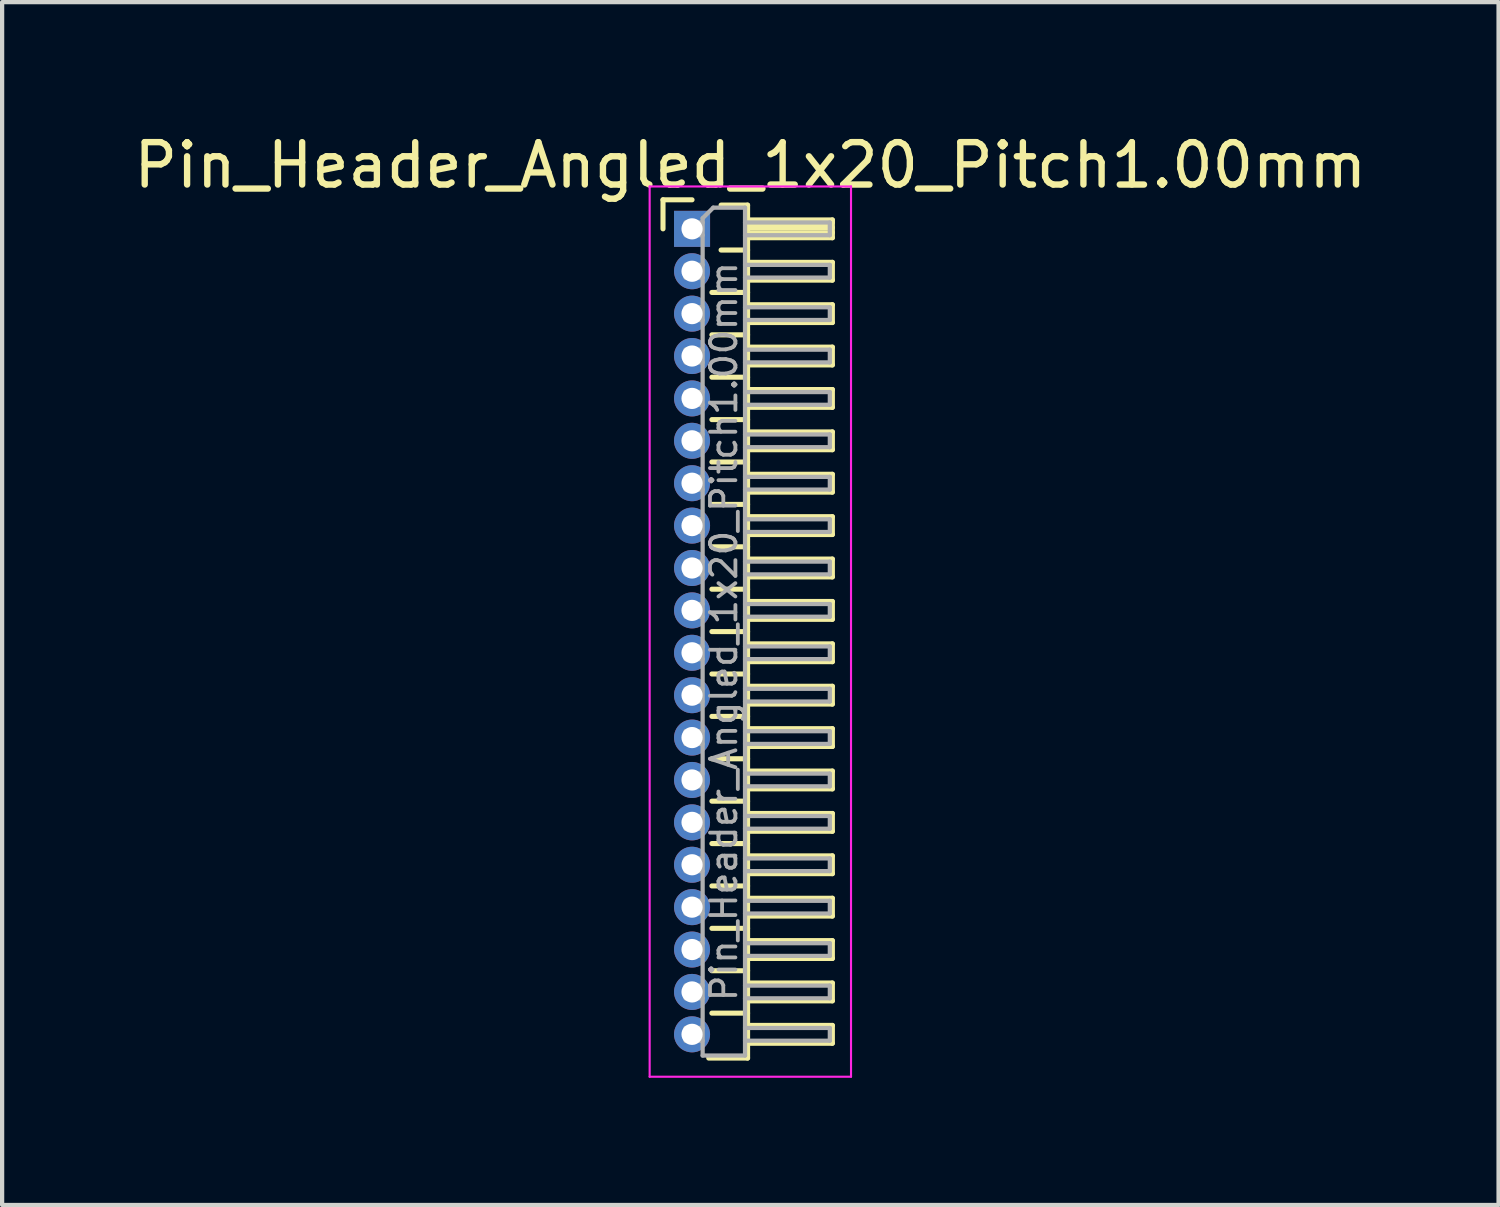
<source format=kicad_pcb>
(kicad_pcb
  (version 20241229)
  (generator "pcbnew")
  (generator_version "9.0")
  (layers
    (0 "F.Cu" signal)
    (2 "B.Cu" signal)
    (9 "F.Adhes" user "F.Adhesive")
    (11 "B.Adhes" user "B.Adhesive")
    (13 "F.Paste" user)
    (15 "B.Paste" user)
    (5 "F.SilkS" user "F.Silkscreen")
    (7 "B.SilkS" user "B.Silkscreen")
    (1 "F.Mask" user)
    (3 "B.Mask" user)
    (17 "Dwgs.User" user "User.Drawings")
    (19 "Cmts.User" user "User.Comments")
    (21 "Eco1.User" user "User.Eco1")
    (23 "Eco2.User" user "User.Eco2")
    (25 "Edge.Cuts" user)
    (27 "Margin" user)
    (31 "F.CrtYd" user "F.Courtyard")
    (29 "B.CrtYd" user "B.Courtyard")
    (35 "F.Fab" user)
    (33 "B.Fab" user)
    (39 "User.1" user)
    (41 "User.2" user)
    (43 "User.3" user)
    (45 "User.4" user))
  (footprint "Pin_Header_Angled_1x20_Pitch1.00mm"
    (layer "F.Cu")
    (at 13.274 2.348)
    (property "Reference" "Pin_Header_Angled_1x20_Pitch1.00mm" (at 1.375 -1.5 0) (layer "F.SilkS") (effects (font (size 1 1) (thickness 0.15))))
    (attr through_hole)
    (fp_line (start -0.685 -0.685) (end 0 -0.685) (stroke (width 0.12) (type solid)) (layer "F.SilkS"))
    (fp_line (start -0.685 0) (end -0.685 -0.685) (stroke (width 0.12) (type solid)) (layer "F.SilkS"))
    (fp_line (start 0.468 1.5) (end 1.31 1.5) (stroke (width 0.12) (type solid)) (layer "F.SilkS"))
    (fp_line (start 0.468 2.5) (end 1.31 2.5) (stroke (width 0.12) (type solid)) (layer "F.SilkS"))
    (fp_line (start 0.468 3.5) (end 1.31 3.5) (stroke (width 0.12) (type solid)) (layer "F.SilkS"))
    (fp_line (start 0.468 4.5) (end 1.31 4.5) (stroke (width 0.12) (type solid)) (layer "F.SilkS"))
    (fp_line (start 0.468 5.5) (end 1.31 5.5) (stroke (width 0.12) (type solid)) (layer "F.SilkS"))
    (fp_line (start 0.468 6.5) (end 1.31 6.5) (stroke (width 0.12) (type solid)) (layer "F.SilkS"))
    (fp_line (start 0.468 7.5) (end 1.31 7.5) (stroke (width 0.12) (type solid)) (layer "F.SilkS"))
    (fp_line (start 0.468 8.5) (end 1.31 8.5) (stroke (width 0.12) (type solid)) (layer "F.SilkS"))
    (fp_line (start 0.468 9.5) (end 1.31 9.5) (stroke (width 0.12) (type solid)) (layer "F.SilkS"))
    (fp_line (start 0.468 10.5) (end 1.31 10.5) (stroke (width 0.12) (type solid)) (layer "F.SilkS"))
    (fp_line (start 0.468 11.5) (end 1.31 11.5) (stroke (width 0.12) (type solid)) (layer "F.SilkS"))
    (fp_line (start 0.468 12.5) (end 1.31 12.5) (stroke (width 0.12) (type solid)) (layer "F.SilkS"))
    (fp_line (start 0.468 13.5) (end 1.31 13.5) (stroke (width 0.12) (type solid)) (layer "F.SilkS"))
    (fp_line (start 0.468 14.5) (end 1.31 14.5) (stroke (width 0.12) (type solid)) (layer "F.SilkS"))
    (fp_line (start 0.468 15.5) (end 1.31 15.5) (stroke (width 0.12) (type solid)) (layer "F.SilkS"))
    (fp_line (start 0.468 16.5) (end 1.31 16.5) (stroke (width 0.12) (type solid)) (layer "F.SilkS"))
    (fp_line (start 0.468 17.5) (end 1.31 17.5) (stroke (width 0.12) (type solid)) (layer "F.SilkS"))
    (fp_line (start 0.468 18.5) (end 1.31 18.5) (stroke (width 0.12) (type solid)) (layer "F.SilkS"))
    (fp_line (start 0.685 -0.56) (end 1.31 -0.56) (stroke (width 0.12) (type solid)) (layer "F.SilkS"))
    (fp_line (start 0.685 0.5) (end 1.31 0.5) (stroke (width 0.12) (type solid)) (layer "F.SilkS"))
    (fp_line (start 1.31 -0.56) (end 1.31 19.56) (stroke (width 0.12) (type solid)) (layer "F.SilkS"))
    (fp_line (start 1.31 -0.21) (end 3.31 -0.21) (stroke (width 0.12) (type solid)) (layer "F.SilkS"))
    (fp_line (start 1.31 -0.15) (end 3.31 -0.15) (stroke (width 0.12) (type solid)) (layer "F.SilkS"))
    (fp_line (start 1.31 -0.03) (end 3.31 -0.03) (stroke (width 0.12) (type solid)) (layer "F.SilkS"))
    (fp_line (start 1.31 0.09) (end 3.31 0.09) (stroke (width 0.12) (type solid)) (layer "F.SilkS"))
    (fp_line (start 1.31 0.79) (end 3.31 0.79) (stroke (width 0.12) (type solid)) (layer "F.SilkS"))
    (fp_line (start 1.31 1.79) (end 3.31 1.79) (stroke (width 0.12) (type solid)) (layer "F.SilkS"))
    (fp_line (start 1.31 2.79) (end 3.31 2.79) (stroke (width 0.12) (type solid)) (layer "F.SilkS"))
    (fp_line (start 1.31 3.79) (end 3.31 3.79) (stroke (width 0.12) (type solid)) (layer "F.SilkS"))
    (fp_line (start 1.31 4.79) (end 3.31 4.79) (stroke (width 0.12) (type solid)) (layer "F.SilkS"))
    (fp_line (start 1.31 5.79) (end 3.31 5.79) (stroke (width 0.12) (type solid)) (layer "F.SilkS"))
    (fp_line (start 1.31 6.79) (end 3.31 6.79) (stroke (width 0.12) (type solid)) (layer "F.SilkS"))
    (fp_line (start 1.31 7.79) (end 3.31 7.79) (stroke (width 0.12) (type solid)) (layer "F.SilkS"))
    (fp_line (start 1.31 8.79) (end 3.31 8.79) (stroke (width 0.12) (type solid)) (layer "F.SilkS"))
    (fp_line (start 1.31 9.79) (end 3.31 9.79) (stroke (width 0.12) (type solid)) (layer "F.SilkS"))
    (fp_line (start 1.31 10.79) (end 3.31 10.79) (stroke (width 0.12) (type solid)) (layer "F.SilkS"))
    (fp_line (start 1.31 11.79) (end 3.31 11.79) (stroke (width 0.12) (type solid)) (layer "F.SilkS"))
    (fp_line (start 1.31 12.79) (end 3.31 12.79) (stroke (width 0.12) (type solid)) (layer "F.SilkS"))
    (fp_line (start 1.31 13.79) (end 3.31 13.79) (stroke (width 0.12) (type solid)) (layer "F.SilkS"))
    (fp_line (start 1.31 14.79) (end 3.31 14.79) (stroke (width 0.12) (type solid)) (layer "F.SilkS"))
    (fp_line (start 1.31 15.79) (end 3.31 15.79) (stroke (width 0.12) (type solid)) (layer "F.SilkS"))
    (fp_line (start 1.31 16.79) (end 3.31 16.79) (stroke (width 0.12) (type solid)) (layer "F.SilkS"))
    (fp_line (start 1.31 17.79) (end 3.31 17.79) (stroke (width 0.12) (type solid)) (layer "F.SilkS"))
    (fp_line (start 1.31 18.79) (end 3.31 18.79) (stroke (width 0.12) (type solid)) (layer "F.SilkS"))
    (fp_line (start 1.31 19.56) (end 0.394 19.56) (stroke (width 0.12) (type solid)) (layer "F.SilkS"))
    (fp_line (start 3.31 -0.21) (end 3.31 0.21) (stroke (width 0.12) (type solid)) (layer "F.SilkS"))
    (fp_line (start 3.31 0.21) (end 1.31 0.21) (stroke (width 0.12) (type solid)) (layer "F.SilkS"))
    (fp_line (start 3.31 0.79) (end 3.31 1.21) (stroke (width 0.12) (type solid)) (layer "F.SilkS"))
    (fp_line (start 3.31 1.21) (end 1.31 1.21) (stroke (width 0.12) (type solid)) (layer "F.SilkS"))
    (fp_line (start 3.31 1.79) (end 3.31 2.21) (stroke (width 0.12) (type solid)) (layer "F.SilkS"))
    (fp_line (start 3.31 2.21) (end 1.31 2.21) (stroke (width 0.12) (type solid)) (layer "F.SilkS"))
    (fp_line (start 3.31 2.79) (end 3.31 3.21) (stroke (width 0.12) (type solid)) (layer "F.SilkS"))
    (fp_line (start 3.31 3.21) (end 1.31 3.21) (stroke (width 0.12) (type solid)) (layer "F.SilkS"))
    (fp_line (start 3.31 3.79) (end 3.31 4.21) (stroke (width 0.12) (type solid)) (layer "F.SilkS"))
    (fp_line (start 3.31 4.21) (end 1.31 4.21) (stroke (width 0.12) (type solid)) (layer "F.SilkS"))
    (fp_line (start 3.31 4.79) (end 3.31 5.21) (stroke (width 0.12) (type solid)) (layer "F.SilkS"))
    (fp_line (start 3.31 5.21) (end 1.31 5.21) (stroke (width 0.12) (type solid)) (layer "F.SilkS"))
    (fp_line (start 3.31 5.79) (end 3.31 6.21) (stroke (width 0.12) (type solid)) (layer "F.SilkS"))
    (fp_line (start 3.31 6.21) (end 1.31 6.21) (stroke (width 0.12) (type solid)) (layer "F.SilkS"))
    (fp_line (start 3.31 6.79) (end 3.31 7.21) (stroke (width 0.12) (type solid)) (layer "F.SilkS"))
    (fp_line (start 3.31 7.21) (end 1.31 7.21) (stroke (width 0.12) (type solid)) (layer "F.SilkS"))
    (fp_line (start 3.31 7.79) (end 3.31 8.21) (stroke (width 0.12) (type solid)) (layer "F.SilkS"))
    (fp_line (start 3.31 8.21) (end 1.31 8.21) (stroke (width 0.12) (type solid)) (layer "F.SilkS"))
    (fp_line (start 3.31 8.79) (end 3.31 9.21) (stroke (width 0.12) (type solid)) (layer "F.SilkS"))
    (fp_line (start 3.31 9.21) (end 1.31 9.21) (stroke (width 0.12) (type solid)) (layer "F.SilkS"))
    (fp_line (start 3.31 9.79) (end 3.31 10.21) (stroke (width 0.12) (type solid)) (layer "F.SilkS"))
    (fp_line (start 3.31 10.21) (end 1.31 10.21) (stroke (width 0.12) (type solid)) (layer "F.SilkS"))
    (fp_line (start 3.31 10.79) (end 3.31 11.21) (stroke (width 0.12) (type solid)) (layer "F.SilkS"))
    (fp_line (start 3.31 11.21) (end 1.31 11.21) (stroke (width 0.12) (type solid)) (layer "F.SilkS"))
    (fp_line (start 3.31 11.79) (end 3.31 12.21) (stroke (width 0.12) (type solid)) (layer "F.SilkS"))
    (fp_line (start 3.31 12.21) (end 1.31 12.21) (stroke (width 0.12) (type solid)) (layer "F.SilkS"))
    (fp_line (start 3.31 12.79) (end 3.31 13.21) (stroke (width 0.12) (type solid)) (layer "F.SilkS"))
    (fp_line (start 3.31 13.21) (end 1.31 13.21) (stroke (width 0.12) (type solid)) (layer "F.SilkS"))
    (fp_line (start 3.31 13.79) (end 3.31 14.21) (stroke (width 0.12) (type solid)) (layer "F.SilkS"))
    (fp_line (start 3.31 14.21) (end 1.31 14.21) (stroke (width 0.12) (type solid)) (layer "F.SilkS"))
    (fp_line (start 3.31 14.79) (end 3.31 15.21) (stroke (width 0.12) (type solid)) (layer "F.SilkS"))
    (fp_line (start 3.31 15.21) (end 1.31 15.21) (stroke (width 0.12) (type solid)) (layer "F.SilkS"))
    (fp_line (start 3.31 15.79) (end 3.31 16.21) (stroke (width 0.12) (type solid)) (layer "F.SilkS"))
    (fp_line (start 3.31 16.21) (end 1.31 16.21) (stroke (width 0.12) (type solid)) (layer "F.SilkS"))
    (fp_line (start 3.31 16.79) (end 3.31 17.21) (stroke (width 0.12) (type solid)) (layer "F.SilkS"))
    (fp_line (start 3.31 17.21) (end 1.31 17.21) (stroke (width 0.12) (type solid)) (layer "F.SilkS"))
    (fp_line (start 3.31 17.79) (end 3.31 18.21) (stroke (width 0.12) (type solid)) (layer "F.SilkS"))
    (fp_line (start 3.31 18.21) (end 1.31 18.21) (stroke (width 0.12) (type solid)) (layer "F.SilkS"))
    (fp_line (start 3.31 18.79) (end 3.31 19.21) (stroke (width 0.12) (type solid)) (layer "F.SilkS"))
    (fp_line (start 3.31 19.21) (end 1.31 19.21) (stroke (width 0.12) (type solid)) (layer "F.SilkS"))
    (fp_line (start -1 -1) (end -1 20) (stroke (width 0.05) (type solid)) (layer "F.CrtYd"))
    (fp_line (start -1 20) (end 3.75 20) (stroke (width 0.05) (type solid)) (layer "F.CrtYd"))
    (fp_line (start 3.75 -1) (end -1 -1) (stroke (width 0.05) (type solid)) (layer "F.CrtYd"))
    (fp_line (start 3.75 20) (end 3.75 -1) (stroke (width 0.05) (type solid)) (layer "F.CrtYd"))
    (fp_line (start -0.15 -0.15) (end -0.15 0.15) (stroke (width 0.1) (type solid)) (layer "F.Fab"))
    (fp_line (start -0.15 -0.15) (end 0.25 -0.15) (stroke (width 0.1) (type solid)) (layer "F.Fab"))
    (fp_line (start -0.15 0.15) (end 0.25 0.15) (stroke (width 0.1) (type solid)) (layer "F.Fab"))
    (fp_line (start -0.15 0.85) (end -0.15 1.15) (stroke (width 0.1) (type solid)) (layer "F.Fab"))
    (fp_line (start -0.15 0.85) (end 0.25 0.85) (stroke (width 0.1) (type solid)) (layer "F.Fab"))
    (fp_line (start -0.15 1.15) (end 0.25 1.15) (stroke (width 0.1) (type solid)) (layer "F.Fab"))
    (fp_line (start -0.15 1.85) (end -0.15 2.15) (stroke (width 0.1) (type solid)) (layer "F.Fab"))
    (fp_line (start -0.15 1.85) (end 0.25 1.85) (stroke (width 0.1) (type solid)) (layer "F.Fab"))
    (fp_line (start -0.15 2.15) (end 0.25 2.15) (stroke (width 0.1) (type solid)) (layer "F.Fab"))
    (fp_line (start -0.15 2.85) (end -0.15 3.15) (stroke (width 0.1) (type solid)) (layer "F.Fab"))
    (fp_line (start -0.15 2.85) (end 0.25 2.85) (stroke (width 0.1) (type solid)) (layer "F.Fab"))
    (fp_line (start -0.15 3.15) (end 0.25 3.15) (stroke (width 0.1) (type solid)) (layer "F.Fab"))
    (fp_line (start -0.15 3.85) (end -0.15 4.15) (stroke (width 0.1) (type solid)) (layer "F.Fab"))
    (fp_line (start -0.15 3.85) (end 0.25 3.85) (stroke (width 0.1) (type solid)) (layer "F.Fab"))
    (fp_line (start -0.15 4.15) (end 0.25 4.15) (stroke (width 0.1) (type solid)) (layer "F.Fab"))
    (fp_line (start -0.15 4.85) (end -0.15 5.15) (stroke (width 0.1) (type solid)) (layer "F.Fab"))
    (fp_line (start -0.15 4.85) (end 0.25 4.85) (stroke (width 0.1) (type solid)) (layer "F.Fab"))
    (fp_line (start -0.15 5.15) (end 0.25 5.15) (stroke (width 0.1) (type solid)) (layer "F.Fab"))
    (fp_line (start -0.15 5.85) (end -0.15 6.15) (stroke (width 0.1) (type solid)) (layer "F.Fab"))
    (fp_line (start -0.15 5.85) (end 0.25 5.85) (stroke (width 0.1) (type solid)) (layer "F.Fab"))
    (fp_line (start -0.15 6.15) (end 0.25 6.15) (stroke (width 0.1) (type solid)) (layer "F.Fab"))
    (fp_line (start -0.15 6.85) (end -0.15 7.15) (stroke (width 0.1) (type solid)) (layer "F.Fab"))
    (fp_line (start -0.15 6.85) (end 0.25 6.85) (stroke (width 0.1) (type solid)) (layer "F.Fab"))
    (fp_line (start -0.15 7.15) (end 0.25 7.15) (stroke (width 0.1) (type solid)) (layer "F.Fab"))
    (fp_line (start -0.15 7.85) (end -0.15 8.15) (stroke (width 0.1) (type solid)) (layer "F.Fab"))
    (fp_line (start -0.15 7.85) (end 0.25 7.85) (stroke (width 0.1) (type solid)) (layer "F.Fab"))
    (fp_line (start -0.15 8.15) (end 0.25 8.15) (stroke (width 0.1) (type solid)) (layer "F.Fab"))
    (fp_line (start -0.15 8.85) (end -0.15 9.15) (stroke (width 0.1) (type solid)) (layer "F.Fab"))
    (fp_line (start -0.15 8.85) (end 0.25 8.85) (stroke (width 0.1) (type solid)) (layer "F.Fab"))
    (fp_line (start -0.15 9.15) (end 0.25 9.15) (stroke (width 0.1) (type solid)) (layer "F.Fab"))
    (fp_line (start -0.15 9.85) (end -0.15 10.15) (stroke (width 0.1) (type solid)) (layer "F.Fab"))
    (fp_line (start -0.15 9.85) (end 0.25 9.85) (stroke (width 0.1) (type solid)) (layer "F.Fab"))
    (fp_line (start -0.15 10.15) (end 0.25 10.15) (stroke (width 0.1) (type solid)) (layer "F.Fab"))
    (fp_line (start -0.15 10.85) (end -0.15 11.15) (stroke (width 0.1) (type solid)) (layer "F.Fab"))
    (fp_line (start -0.15 10.85) (end 0.25 10.85) (stroke (width 0.1) (type solid)) (layer "F.Fab"))
    (fp_line (start -0.15 11.15) (end 0.25 11.15) (stroke (width 0.1) (type solid)) (layer "F.Fab"))
    (fp_line (start -0.15 11.85) (end -0.15 12.15) (stroke (width 0.1) (type solid)) (layer "F.Fab"))
    (fp_line (start -0.15 11.85) (end 0.25 11.85) (stroke (width 0.1) (type solid)) (layer "F.Fab"))
    (fp_line (start -0.15 12.15) (end 0.25 12.15) (stroke (width 0.1) (type solid)) (layer "F.Fab"))
    (fp_line (start -0.15 12.85) (end -0.15 13.15) (stroke (width 0.1) (type solid)) (layer "F.Fab"))
    (fp_line (start -0.15 12.85) (end 0.25 12.85) (stroke (width 0.1) (type solid)) (layer "F.Fab"))
    (fp_line (start -0.15 13.15) (end 0.25 13.15) (stroke (width 0.1) (type solid)) (layer "F.Fab"))
    (fp_line (start -0.15 13.85) (end -0.15 14.15) (stroke (width 0.1) (type solid)) (layer "F.Fab"))
    (fp_line (start -0.15 13.85) (end 0.25 13.85) (stroke (width 0.1) (type solid)) (layer "F.Fab"))
    (fp_line (start -0.15 14.15) (end 0.25 14.15) (stroke (width 0.1) (type solid)) (layer "F.Fab"))
    (fp_line (start -0.15 14.85) (end -0.15 15.15) (stroke (width 0.1) (type solid)) (layer "F.Fab"))
    (fp_line (start -0.15 14.85) (end 0.25 14.85) (stroke (width 0.1) (type solid)) (layer "F.Fab"))
    (fp_line (start -0.15 15.15) (end 0.25 15.15) (stroke (width 0.1) (type solid)) (layer "F.Fab"))
    (fp_line (start -0.15 15.85) (end -0.15 16.15) (stroke (width 0.1) (type solid)) (layer "F.Fab"))
    (fp_line (start -0.15 15.85) (end 0.25 15.85) (stroke (width 0.1) (type solid)) (layer "F.Fab"))
    (fp_line (start -0.15 16.15) (end 0.25 16.15) (stroke (width 0.1) (type solid)) (layer "F.Fab"))
    (fp_line (start -0.15 16.85) (end -0.15 17.15) (stroke (width 0.1) (type solid)) (layer "F.Fab"))
    (fp_line (start -0.15 16.85) (end 0.25 16.85) (stroke (width 0.1) (type solid)) (layer "F.Fab"))
    (fp_line (start -0.15 17.15) (end 0.25 17.15) (stroke (width 0.1) (type solid)) (layer "F.Fab"))
    (fp_line (start -0.15 17.85) (end -0.15 18.15) (stroke (width 0.1) (type solid)) (layer "F.Fab"))
    (fp_line (start -0.15 17.85) (end 0.25 17.85) (stroke (width 0.1) (type solid)) (layer "F.Fab"))
    (fp_line (start -0.15 18.15) (end 0.25 18.15) (stroke (width 0.1) (type solid)) (layer "F.Fab"))
    (fp_line (start -0.15 18.85) (end -0.15 19.15) (stroke (width 0.1) (type solid)) (layer "F.Fab"))
    (fp_line (start -0.15 18.85) (end 0.25 18.85) (stroke (width 0.1) (type solid)) (layer "F.Fab"))
    (fp_line (start -0.15 19.15) (end 0.25 19.15) (stroke (width 0.1) (type solid)) (layer "F.Fab"))
    (fp_line (start 0.25 -0.25) (end 0.5 -0.5) (stroke (width 0.1) (type solid)) (layer "F.Fab"))
    (fp_line (start 0.25 19.5) (end 0.25 -0.25) (stroke (width 0.1) (type solid)) (layer "F.Fab"))
    (fp_line (start 0.5 -0.5) (end 1.25 -0.5) (stroke (width 0.1) (type solid)) (layer "F.Fab"))
    (fp_line (start 1.25 -0.5) (end 1.25 19.5) (stroke (width 0.1) (type solid)) (layer "F.Fab"))
    (fp_line (start 1.25 -0.15) (end 3.25 -0.15) (stroke (width 0.1) (type solid)) (layer "F.Fab"))
    (fp_line (start 1.25 0.15) (end 3.25 0.15) (stroke (width 0.1) (type solid)) (layer "F.Fab"))
    (fp_line (start 1.25 0.85) (end 3.25 0.85) (stroke (width 0.1) (type solid)) (layer "F.Fab"))
    (fp_line (start 1.25 1.15) (end 3.25 1.15) (stroke (width 0.1) (type solid)) (layer "F.Fab"))
    (fp_line (start 1.25 1.85) (end 3.25 1.85) (stroke (width 0.1) (type solid)) (layer "F.Fab"))
    (fp_line (start 1.25 2.15) (end 3.25 2.15) (stroke (width 0.1) (type solid)) (layer "F.Fab"))
    (fp_line (start 1.25 2.85) (end 3.25 2.85) (stroke (width 0.1) (type solid)) (layer "F.Fab"))
    (fp_line (start 1.25 3.15) (end 3.25 3.15) (stroke (width 0.1) (type solid)) (layer "F.Fab"))
    (fp_line (start 1.25 3.85) (end 3.25 3.85) (stroke (width 0.1) (type solid)) (layer "F.Fab"))
    (fp_line (start 1.25 4.15) (end 3.25 4.15) (stroke (width 0.1) (type solid)) (layer "F.Fab"))
    (fp_line (start 1.25 4.85) (end 3.25 4.85) (stroke (width 0.1) (type solid)) (layer "F.Fab"))
    (fp_line (start 1.25 5.15) (end 3.25 5.15) (stroke (width 0.1) (type solid)) (layer "F.Fab"))
    (fp_line (start 1.25 5.85) (end 3.25 5.85) (stroke (width 0.1) (type solid)) (layer "F.Fab"))
    (fp_line (start 1.25 6.15) (end 3.25 6.15) (stroke (width 0.1) (type solid)) (layer "F.Fab"))
    (fp_line (start 1.25 6.85) (end 3.25 6.85) (stroke (width 0.1) (type solid)) (layer "F.Fab"))
    (fp_line (start 1.25 7.15) (end 3.25 7.15) (stroke (width 0.1) (type solid)) (layer "F.Fab"))
    (fp_line (start 1.25 7.85) (end 3.25 7.85) (stroke (width 0.1) (type solid)) (layer "F.Fab"))
    (fp_line (start 1.25 8.15) (end 3.25 8.15) (stroke (width 0.1) (type solid)) (layer "F.Fab"))
    (fp_line (start 1.25 8.85) (end 3.25 8.85) (stroke (width 0.1) (type solid)) (layer "F.Fab"))
    (fp_line (start 1.25 9.15) (end 3.25 9.15) (stroke (width 0.1) (type solid)) (layer "F.Fab"))
    (fp_line (start 1.25 9.85) (end 3.25 9.85) (stroke (width 0.1) (type solid)) (layer "F.Fab"))
    (fp_line (start 1.25 10.15) (end 3.25 10.15) (stroke (width 0.1) (type solid)) (layer "F.Fab"))
    (fp_line (start 1.25 10.85) (end 3.25 10.85) (stroke (width 0.1) (type solid)) (layer "F.Fab"))
    (fp_line (start 1.25 11.15) (end 3.25 11.15) (stroke (width 0.1) (type solid)) (layer "F.Fab"))
    (fp_line (start 1.25 11.85) (end 3.25 11.85) (stroke (width 0.1) (type solid)) (layer "F.Fab"))
    (fp_line (start 1.25 12.15) (end 3.25 12.15) (stroke (width 0.1) (type solid)) (layer "F.Fab"))
    (fp_line (start 1.25 12.85) (end 3.25 12.85) (stroke (width 0.1) (type solid)) (layer "F.Fab"))
    (fp_line (start 1.25 13.15) (end 3.25 13.15) (stroke (width 0.1) (type solid)) (layer "F.Fab"))
    (fp_line (start 1.25 13.85) (end 3.25 13.85) (stroke (width 0.1) (type solid)) (layer "F.Fab"))
    (fp_line (start 1.25 14.15) (end 3.25 14.15) (stroke (width 0.1) (type solid)) (layer "F.Fab"))
    (fp_line (start 1.25 14.85) (end 3.25 14.85) (stroke (width 0.1) (type solid)) (layer "F.Fab"))
    (fp_line (start 1.25 15.15) (end 3.25 15.15) (stroke (width 0.1) (type solid)) (layer "F.Fab"))
    (fp_line (start 1.25 15.85) (end 3.25 15.85) (stroke (width 0.1) (type solid)) (layer "F.Fab"))
    (fp_line (start 1.25 16.15) (end 3.25 16.15) (stroke (width 0.1) (type solid)) (layer "F.Fab"))
    (fp_line (start 1.25 16.85) (end 3.25 16.85) (stroke (width 0.1) (type solid)) (layer "F.Fab"))
    (fp_line (start 1.25 17.15) (end 3.25 17.15) (stroke (width 0.1) (type solid)) (layer "F.Fab"))
    (fp_line (start 1.25 17.85) (end 3.25 17.85) (stroke (width 0.1) (type solid)) (layer "F.Fab"))
    (fp_line (start 1.25 18.15) (end 3.25 18.15) (stroke (width 0.1) (type solid)) (layer "F.Fab"))
    (fp_line (start 1.25 18.85) (end 3.25 18.85) (stroke (width 0.1) (type solid)) (layer "F.Fab"))
    (fp_line (start 1.25 19.15) (end 3.25 19.15) (stroke (width 0.1) (type solid)) (layer "F.Fab"))
    (fp_line (start 1.25 19.5) (end 0.25 19.5) (stroke (width 0.1) (type solid)) (layer "F.Fab"))
    (fp_line (start 3.25 -0.15) (end 3.25 0.15) (stroke (width 0.1) (type solid)) (layer "F.Fab"))
    (fp_line (start 3.25 0.85) (end 3.25 1.15) (stroke (width 0.1) (type solid)) (layer "F.Fab"))
    (fp_line (start 3.25 1.85) (end 3.25 2.15) (stroke (width 0.1) (type solid)) (layer "F.Fab"))
    (fp_line (start 3.25 2.85) (end 3.25 3.15) (stroke (width 0.1) (type solid)) (layer "F.Fab"))
    (fp_line (start 3.25 3.85) (end 3.25 4.15) (stroke (width 0.1) (type solid)) (layer "F.Fab"))
    (fp_line (start 3.25 4.85) (end 3.25 5.15) (stroke (width 0.1) (type solid)) (layer "F.Fab"))
    (fp_line (start 3.25 5.85) (end 3.25 6.15) (stroke (width 0.1) (type solid)) (layer "F.Fab"))
    (fp_line (start 3.25 6.85) (end 3.25 7.15) (stroke (width 0.1) (type solid)) (layer "F.Fab"))
    (fp_line (start 3.25 7.85) (end 3.25 8.15) (stroke (width 0.1) (type solid)) (layer "F.Fab"))
    (fp_line (start 3.25 8.85) (end 3.25 9.15) (stroke (width 0.1) (type solid)) (layer "F.Fab"))
    (fp_line (start 3.25 9.85) (end 3.25 10.15) (stroke (width 0.1) (type solid)) (layer "F.Fab"))
    (fp_line (start 3.25 10.85) (end 3.25 11.15) (stroke (width 0.1) (type solid)) (layer "F.Fab"))
    (fp_line (start 3.25 11.85) (end 3.25 12.15) (stroke (width 0.1) (type solid)) (layer "F.Fab"))
    (fp_line (start 3.25 12.85) (end 3.25 13.15) (stroke (width 0.1) (type solid)) (layer "F.Fab"))
    (fp_line (start 3.25 13.85) (end 3.25 14.15) (stroke (width 0.1) (type solid)) (layer "F.Fab"))
    (fp_line (start 3.25 14.85) (end 3.25 15.15) (stroke (width 0.1) (type solid)) (layer "F.Fab"))
    (fp_line (start 3.25 15.85) (end 3.25 16.15) (stroke (width 0.1) (type solid)) (layer "F.Fab"))
    (fp_line (start 3.25 16.85) (end 3.25 17.15) (stroke (width 0.1) (type solid)) (layer "F.Fab"))
    (fp_line (start 3.25 17.85) (end 3.25 18.15) (stroke (width 0.1) (type solid)) (layer "F.Fab"))
    (fp_line (start 3.25 18.85) (end 3.25 19.15) (stroke (width 0.1) (type solid)) (layer "F.Fab"))
    (fp_text user "${REFERENCE}" (at 0.75 9.5 90) (layer "F.Fab") (effects (font (size 0.6 0.6) (thickness 0.09))))
    (pad "1" thru_hole rect (at 0 0) (size 0.85 0.85) (drill 0.5) (layers "*.Cu" "*.Mask"))
    (pad "2" thru_hole oval (at 0 1) (size 0.85 0.85) (drill 0.5) (layers "*.Cu" "*.Mask"))
    (pad "3" thru_hole oval (at 0 2) (size 0.85 0.85) (drill 0.5) (layers "*.Cu" "*.Mask"))
    (pad "4" thru_hole oval (at 0 3) (size 0.85 0.85) (drill 0.5) (layers "*.Cu" "*.Mask"))
    (pad "5" thru_hole oval (at 0 4) (size 0.85 0.85) (drill 0.5) (layers "*.Cu" "*.Mask"))
    (pad "6" thru_hole oval (at 0 5) (size 0.85 0.85) (drill 0.5) (layers "*.Cu" "*.Mask"))
    (pad "7" thru_hole oval (at 0 6) (size 0.85 0.85) (drill 0.5) (layers "*.Cu" "*.Mask"))
    (pad "8" thru_hole oval (at 0 7) (size 0.85 0.85) (drill 0.5) (layers "*.Cu" "*.Mask"))
    (pad "9" thru_hole oval (at 0 8) (size 0.85 0.85) (drill 0.5) (layers "*.Cu" "*.Mask"))
    (pad "10" thru_hole oval (at 0 9) (size 0.85 0.85) (drill 0.5) (layers "*.Cu" "*.Mask"))
    (pad "11" thru_hole oval (at 0 10) (size 0.85 0.85) (drill 0.5) (layers "*.Cu" "*.Mask"))
    (pad "12" thru_hole oval (at 0 11) (size 0.85 0.85) (drill 0.5) (layers "*.Cu" "*.Mask"))
    (pad "13" thru_hole oval (at 0 12) (size 0.85 0.85) (drill 0.5) (layers "*.Cu" "*.Mask"))
    (pad "14" thru_hole oval (at 0 13) (size 0.85 0.85) (drill 0.5) (layers "*.Cu" "*.Mask"))
    (pad "15" thru_hole oval (at 0 14) (size 0.85 0.85) (drill 0.5) (layers "*.Cu" "*.Mask"))
    (pad "16" thru_hole oval (at 0 15) (size 0.85 0.85) (drill 0.5) (layers "*.Cu" "*.Mask"))
    (pad "17" thru_hole oval (at 0 16) (size 0.85 0.85) (drill 0.5) (layers "*.Cu" "*.Mask"))
    (pad "18" thru_hole oval (at 0 17) (size 0.85 0.85) (drill 0.5) (layers "*.Cu" "*.Mask"))
    (pad "19" thru_hole oval (at 0 18) (size 0.85 0.85) (drill 0.5) (layers "*.Cu" "*.Mask"))
    (pad "20" thru_hole oval (at 0 19) (size 0.85 0.85) (drill 0.5) (layers "*.Cu" "*.Mask")))
  (gr_rect
    (start -3 -3)
    (end 32.298 25.373)
    (stroke (width 0.1) (type default))
    (fill no)
    (layer "Edge.Cuts")))
</source>
